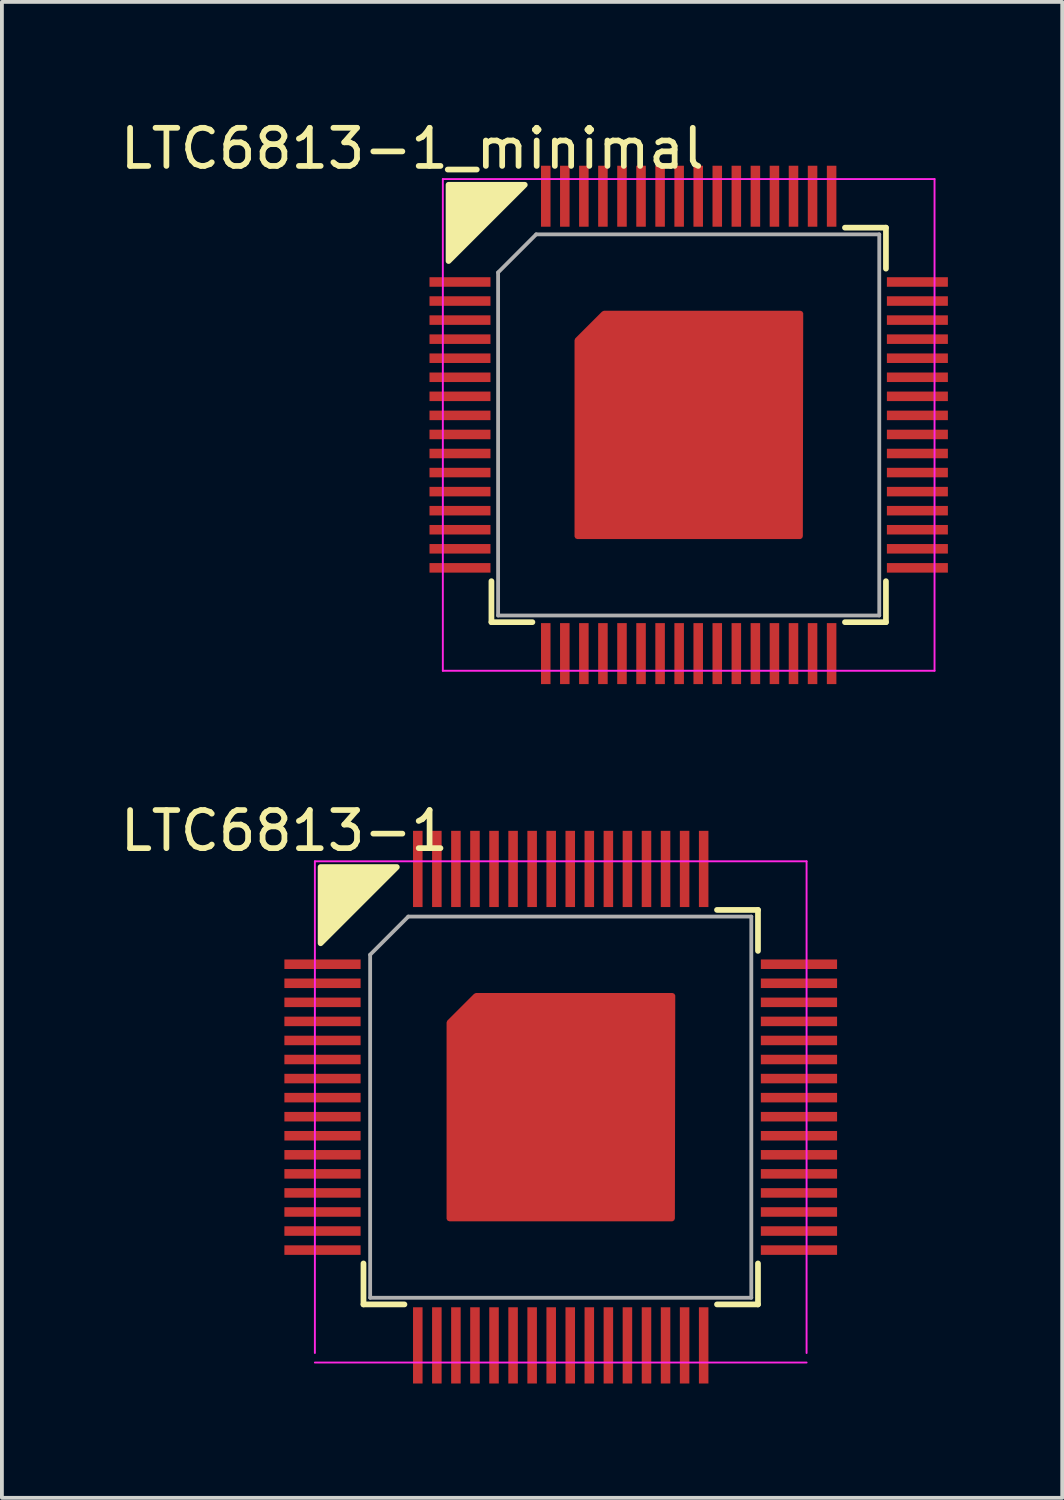
<source format=kicad_pcb>
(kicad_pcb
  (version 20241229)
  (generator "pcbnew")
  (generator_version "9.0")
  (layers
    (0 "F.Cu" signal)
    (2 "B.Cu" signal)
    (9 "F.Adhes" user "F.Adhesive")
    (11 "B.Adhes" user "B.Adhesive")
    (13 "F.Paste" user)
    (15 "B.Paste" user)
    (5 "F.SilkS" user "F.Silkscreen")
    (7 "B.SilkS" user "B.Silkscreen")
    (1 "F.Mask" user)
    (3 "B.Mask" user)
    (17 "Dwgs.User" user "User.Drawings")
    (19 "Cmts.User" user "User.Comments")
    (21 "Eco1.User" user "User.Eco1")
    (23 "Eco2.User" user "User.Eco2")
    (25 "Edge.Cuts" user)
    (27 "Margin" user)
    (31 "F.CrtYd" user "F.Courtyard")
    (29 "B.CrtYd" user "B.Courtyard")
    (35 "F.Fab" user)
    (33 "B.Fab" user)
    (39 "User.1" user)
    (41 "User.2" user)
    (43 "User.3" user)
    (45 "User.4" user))
  (footprint "LTC6813-1_minimal"
    (layer "F.Cu")
    (at 15.018 8.098)
    (property "Reference" "LTC6813-1_minimal" (at -7.25 -7.25 0) (layer "F.SilkS") (effects (font (size 1 1) (thickness 0.15))))
    (attr through_hole)
    (fp_line (start -5.175 5.175) (end -5.175 4.1) (stroke (width 0.15) (type solid)) (layer "F.SilkS"))
    (fp_line (start -5.175 5.175) (end -4.1 5.175) (stroke (width 0.15) (type solid)) (layer "F.SilkS"))
    (fp_line (start 5.175 -5.175) (end 4.1 -5.175) (stroke (width 0.15) (type solid)) (layer "F.SilkS"))
    (fp_line (start 5.175 -5.175) (end 5.175 -4.1) (stroke (width 0.15) (type solid)) (layer "F.SilkS"))
    (fp_line (start 5.175 5.175) (end 4.1 5.175) (stroke (width 0.15) (type solid)) (layer "F.SilkS"))
    (fp_line (start 5.175 5.175) (end 5.175 4.1) (stroke (width 0.15) (type solid)) (layer "F.SilkS"))
    (fp_poly (pts (xy -6.3 -6.3) (xy -4.3 -6.3) (xy -6.3 -4.3)) (stroke (width 0.15) (type solid)) (fill yes) (layer "F.SilkS"))
    (fp_line (start -6.45 -6.45) (end -6.45 6.45) (stroke (width 0.05) (type solid)) (layer "F.CrtYd"))
    (fp_line (start -6.45 -6.45) (end 6.45 -6.45) (stroke (width 0.05) (type solid)) (layer "F.CrtYd"))
    (fp_line (start -6.45 6.45) (end 6.45 6.45) (stroke (width 0.05) (type solid)) (layer "F.CrtYd"))
    (fp_line (start 6.45 -6.45) (end 6.45 6.45) (stroke (width 0.05) (type solid)) (layer "F.CrtYd"))
    (fp_line (start -5 -4) (end -5 5) (stroke (width 0.1) (type solid)) (layer "F.Fab"))
    (fp_line (start -5 5) (end 5 5) (stroke (width 0.1) (type solid)) (layer "F.Fab"))
    (fp_line (start -4 -5) (end -5 -4) (stroke (width 0.1) (type solid)) (layer "F.Fab"))
    (fp_line (start 5 -5) (end -4 -5) (stroke (width 0.1) (type solid)) (layer "F.Fab"))
    (fp_line (start 5 5) (end 5 -5) (stroke (width 0.1) (type solid)) (layer "F.Fab"))
    (pad "1" smd rect (at -6 -3.75 270) (size 0.25 1.6) (layers "F.Cu" "F.Mask" "F.Paste"))
    (pad "2" smd rect (at -6 -3.25 270) (size 0.25 1.6) (layers "F.Cu" "F.Mask" "F.Paste"))
    (pad "3" smd rect (at -6 -2.75 270) (size 0.25 1.6) (layers "F.Cu" "F.Mask" "F.Paste"))
    (pad "4" smd rect (at -6 -2.25 270) (size 0.25 1.6) (layers "F.Cu" "F.Mask" "F.Paste"))
    (pad "5" smd rect (at -6 -1.75 270) (size 0.25 1.6) (layers "F.Cu" "F.Mask" "F.Paste"))
    (pad "6" smd rect (at -6 -1.25 270) (size 0.25 1.6) (layers "F.Cu" "F.Mask" "F.Paste"))
    (pad "7" smd rect (at -6 -0.75 270) (size 0.25 1.6) (layers "F.Cu" "F.Mask" "F.Paste"))
    (pad "8" smd rect (at -6 -0.25 270) (size 0.25 1.6) (layers "F.Cu" "F.Mask" "F.Paste"))
    (pad "9" smd rect (at -6 0.25 270) (size 0.25 1.6) (layers "F.Cu" "F.Mask" "F.Paste"))
    (pad "10" smd rect (at -6 0.75 270) (size 0.25 1.6) (layers "F.Cu" "F.Mask" "F.Paste"))
    (pad "11" smd rect (at -6 1.25 270) (size 0.25 1.6) (layers "F.Cu" "F.Mask" "F.Paste"))
    (pad "12" smd rect (at -6 1.75 270) (size 0.25 1.6) (layers "F.Cu" "F.Mask" "F.Paste"))
    (pad "13" smd rect (at -6 2.25 270) (size 0.25 1.6) (layers "F.Cu" "F.Mask" "F.Paste"))
    (pad "14" smd rect (at -6 2.75 270) (size 0.25 1.6) (layers "F.Cu" "F.Mask" "F.Paste"))
    (pad "15" smd rect (at -6 3.25 270) (size 0.25 1.6) (layers "F.Cu" "F.Mask" "F.Paste"))
    (pad "16" smd rect (at -6 3.75 270) (size 0.25 1.6) (layers "F.Cu" "F.Mask" "F.Paste"))
    (pad "17" smd rect (at -3.75 6) (size 0.25 1.6) (layers "F.Cu" "F.Mask" "F.Paste"))
    (pad "18" smd rect (at -3.25 6) (size 0.25 1.6) (layers "F.Cu" "F.Mask" "F.Paste"))
    (pad "19" smd rect (at -2.75 6) (size 0.25 1.6) (layers "F.Cu" "F.Mask" "F.Paste"))
    (pad "20" smd rect (at -2.25 6) (size 0.25 1.6) (layers "F.Cu" "F.Mask" "F.Paste"))
    (pad "21" smd rect (at -1.75 6) (size 0.25 1.6) (layers "F.Cu" "F.Mask" "F.Paste"))
    (pad "22" smd rect (at -1.25 6) (size 0.25 1.6) (layers "F.Cu" "F.Mask" "F.Paste"))
    (pad "23" smd rect (at -0.75 6) (size 0.25 1.6) (layers "F.Cu" "F.Mask" "F.Paste"))
    (pad "24" smd rect (at -0.25 6) (size 0.25 1.6) (layers "F.Cu" "F.Mask" "F.Paste"))
    (pad "25" smd rect (at 0.25 6) (size 0.25 1.6) (layers "F.Cu" "F.Mask" "F.Paste"))
    (pad "26" smd rect (at 0.75 6) (size 0.25 1.6) (layers "F.Cu" "F.Mask" "F.Paste"))
    (pad "27" smd rect (at 1.25 6) (size 0.25 1.6) (layers "F.Cu" "F.Mask" "F.Paste"))
    (pad "28" smd rect (at 1.75 6) (size 0.25 1.6) (layers "F.Cu" "F.Mask" "F.Paste"))
    (pad "29" smd rect (at 2.25 6) (size 0.25 1.6) (layers "F.Cu" "F.Mask" "F.Paste"))
    (pad "30" smd rect (at 2.75 6) (size 0.25 1.6) (layers "F.Cu" "F.Mask" "F.Paste"))
    (pad "31" smd rect (at 3.25 6) (size 0.25 1.6) (layers "F.Cu" "F.Mask" "F.Paste"))
    (pad "32" smd rect (at 3.75 6) (size 0.25 1.6) (layers "F.Cu" "F.Mask" "F.Paste"))
    (pad "33" smd rect (at 6 3.75 270) (size 0.25 1.6) (layers "F.Cu" "F.Mask" "F.Paste"))
    (pad "34" smd rect (at 6 3.25 270) (size 0.25 1.6) (layers "F.Cu" "F.Mask" "F.Paste"))
    (pad "35" smd rect (at 6 2.75 270) (size 0.25 1.6) (layers "F.Cu" "F.Mask" "F.Paste"))
    (pad "36" smd rect (at 6 2.25 270) (size 0.25 1.6) (layers "F.Cu" "F.Mask" "F.Paste"))
    (pad "37" smd rect (at 6 1.75 270) (size 0.25 1.6) (layers "F.Cu" "F.Mask" "F.Paste"))
    (pad "38" smd rect (at 6 1.25 270) (size 0.25 1.6) (layers "F.Cu" "F.Mask" "F.Paste"))
    (pad "39" smd rect (at 6 0.75 270) (size 0.25 1.6) (layers "F.Cu" "F.Mask" "F.Paste"))
    (pad "40" smd rect (at 6 0.25 270) (size 0.25 1.6) (layers "F.Cu" "F.Mask" "F.Paste"))
    (pad "41" smd rect (at 6 -0.25 270) (size 0.25 1.6) (layers "F.Cu" "F.Mask" "F.Paste"))
    (pad "42" smd rect (at 6 -0.75 270) (size 0.25 1.6) (layers "F.Cu" "F.Mask" "F.Paste"))
    (pad "43" smd rect (at 6 -1.25 270) (size 0.25 1.6) (layers "F.Cu" "F.Mask" "F.Paste"))
    (pad "44" smd rect (at 6 -1.75 270) (size 0.25 1.6) (layers "F.Cu" "F.Mask" "F.Paste"))
    (pad "45" smd rect (at 6 -2.25 270) (size 0.25 1.6) (layers "F.Cu" "F.Mask" "F.Paste"))
    (pad "46" smd rect (at 6 -2.75 270) (size 0.25 1.6) (layers "F.Cu" "F.Mask" "F.Paste"))
    (pad "47" smd rect (at 6 -3.25 270) (size 0.25 1.6) (layers "F.Cu" "F.Mask" "F.Paste"))
    (pad "48" smd rect (at 6 -3.75 270) (size 0.25 1.6) (layers "F.Cu" "F.Mask" "F.Paste"))
    (pad "49" smd rect (at 3.75 -6) (size 0.25 1.6) (layers "F.Cu" "F.Mask" "F.Paste"))
    (pad "50" smd rect (at 3.25 -6) (size 0.25 1.6) (layers "F.Cu" "F.Mask" "F.Paste"))
    (pad "51" smd rect (at 2.75 -6) (size 0.25 1.6) (layers "F.Cu" "F.Mask" "F.Paste"))
    (pad "52" smd rect (at 2.25 -6) (size 0.25 1.6) (layers "F.Cu" "F.Mask" "F.Paste"))
    (pad "53" smd rect (at 1.75 -6) (size 0.25 1.6) (layers "F.Cu" "F.Mask" "F.Paste"))
    (pad "54" smd rect (at 1.25 -6) (size 0.25 1.6) (layers "F.Cu" "F.Mask" "F.Paste"))
    (pad "55" smd rect (at 0.75 -6) (size 0.25 1.6) (layers "F.Cu" "F.Mask" "F.Paste"))
    (pad "56" smd rect (at 0.25 -6) (size 0.25 1.6) (layers "F.Cu" "F.Mask" "F.Paste"))
    (pad "57" smd rect (at -0.25 -6) (size 0.25 1.6) (layers "F.Cu" "F.Mask" "F.Paste"))
    (pad "58" smd rect (at -0.75 -6) (size 0.25 1.6) (layers "F.Cu" "F.Mask" "F.Paste"))
    (pad "59" smd rect (at -1.25 -6) (size 0.25 1.6) (layers "F.Cu" "F.Mask" "F.Paste"))
    (pad "60" smd rect (at -1.75 -6) (size 0.25 1.6) (layers "F.Cu" "F.Mask" "F.Paste"))
    (pad "61" smd rect (at -2.25 -6) (size 0.25 1.6) (layers "F.Cu" "F.Mask" "F.Paste"))
    (pad "62" smd rect (at -2.75 -6) (size 0.25 1.6) (layers "F.Cu" "F.Mask" "F.Paste"))
    (pad "63" smd rect (at -3.25 -6) (size 0.25 1.6) (layers "F.Cu" "F.Mask" "F.Paste"))
    (pad "64" smd rect (at -3.75 -6) (size 0.25 1.6) (layers "F.Cu" "F.Mask" "F.Paste"))
    (pad "65" smd custom (at 0 0) (size 2 2) (layers "F.Cu" "F.Mask" "F.Paste") (options (anchor rect)) (primitives (gr_poly (pts (xy -2.22 -2.92) (xy -2.92 -2.22) (xy -2.92 2.92) (xy 2.92 2.92) (xy 2.93 -2.92)) (width 0.15) (fill yes)))))
  (footprint "LTC6813-1"
    (layer "F.Cu")
    (at 11.661 25.997)
    (property "Reference" "LTC6813-1" (at -7.25 -7.25 0) (layer "F.SilkS") (effects (font (size 1 1) (thickness 0.15))))
    (attr through_hole)
    (fp_line (start -5.175 5.175) (end -5.175 4.1) (stroke (width 0.15) (type solid)) (layer "F.SilkS"))
    (fp_line (start -5.175 5.175) (end -4.1 5.175) (stroke (width 0.15) (type solid)) (layer "F.SilkS"))
    (fp_line (start 5.175 -5.175) (end 4.1 -5.175) (stroke (width 0.15) (type solid)) (layer "F.SilkS"))
    (fp_line (start 5.175 -5.175) (end 5.175 -4.1) (stroke (width 0.15) (type solid)) (layer "F.SilkS"))
    (fp_line (start 5.175 5.175) (end 4.1 5.175) (stroke (width 0.15) (type solid)) (layer "F.SilkS"))
    (fp_line (start 5.175 5.175) (end 5.175 4.1) (stroke (width 0.15) (type solid)) (layer "F.SilkS"))
    (fp_poly (pts (xy -6.3 -6.3) (xy -4.3 -6.3) (xy -6.3 -4.3)) (stroke (width 0.15) (type solid)) (fill yes) (layer "F.SilkS"))
    (fp_line (start -6.45 -6.45) (end -6.45 6.45) (stroke (width 0.05) (type solid)) (layer "F.CrtYd"))
    (fp_line (start -6.45 -6.45) (end 6.45 -6.45) (stroke (width 0.05) (type solid)) (layer "F.CrtYd"))
    (fp_line (start -6.45 6.7) (end 6.45 6.7) (stroke (width 0.05) (type solid)) (layer "F.CrtYd"))
    (fp_line (start 6.45 -6.45) (end 6.45 6.45) (stroke (width 0.05) (type solid)) (layer "F.CrtYd"))
    (fp_line (start -5 -4) (end -5 5) (stroke (width 0.1) (type solid)) (layer "F.Fab"))
    (fp_line (start -5 5) (end 5 5) (stroke (width 0.1) (type solid)) (layer "F.Fab"))
    (fp_line (start -4 -5) (end -5 -4) (stroke (width 0.1) (type solid)) (layer "F.Fab"))
    (fp_line (start 5 -5) (end -4 -5) (stroke (width 0.1) (type solid)) (layer "F.Fab"))
    (fp_line (start 5 5) (end 5 -5) (stroke (width 0.1) (type solid)) (layer "F.Fab"))
    (pad "1" smd rect (at -6.25 -3.75 270) (size 0.25 2) (layers "F.Cu" "F.Mask" "F.Paste"))
    (pad "2" smd rect (at -6.25 -3.25 270) (size 0.25 2) (layers "F.Cu" "F.Mask" "F.Paste"))
    (pad "3" smd rect (at -6.25 -2.75 270) (size 0.25 2) (layers "F.Cu" "F.Mask" "F.Paste"))
    (pad "4" smd rect (at -6.25 -2.25 270) (size 0.25 2) (layers "F.Cu" "F.Mask" "F.Paste"))
    (pad "5" smd rect (at -6.25 -1.75 270) (size 0.25 2) (layers "F.Cu" "F.Mask" "F.Paste"))
    (pad "6" smd rect (at -6.25 -1.25 270) (size 0.25 2) (layers "F.Cu" "F.Mask" "F.Paste"))
    (pad "7" smd rect (at -6.25 -0.75 270) (size 0.25 2) (layers "F.Cu" "F.Mask" "F.Paste"))
    (pad "8" smd rect (at -6.25 -0.25 270) (size 0.25 2) (layers "F.Cu" "F.Mask" "F.Paste"))
    (pad "9" smd rect (at -6.25 0.25 270) (size 0.25 2) (layers "F.Cu" "F.Mask" "F.Paste"))
    (pad "10" smd rect (at -6.25 0.75 270) (size 0.25 2) (layers "F.Cu" "F.Mask" "F.Paste"))
    (pad "11" smd rect (at -6.25 1.25 270) (size 0.25 2) (layers "F.Cu" "F.Mask" "F.Paste"))
    (pad "12" smd rect (at -6.25 1.75 270) (size 0.25 2) (layers "F.Cu" "F.Mask" "F.Paste"))
    (pad "13" smd rect (at -6.25 2.25 270) (size 0.25 2) (layers "F.Cu" "F.Mask" "F.Paste"))
    (pad "14" smd rect (at -6.25 2.75 270) (size 0.25 2) (layers "F.Cu" "F.Mask" "F.Paste"))
    (pad "15" smd rect (at -6.25 3.25 270) (size 0.25 2) (layers "F.Cu" "F.Mask" "F.Paste"))
    (pad "16" smd rect (at -6.25 3.75 270) (size 0.25 2) (layers "F.Cu" "F.Mask" "F.Paste"))
    (pad "17" smd rect (at -3.75 6.25) (size 0.25 2) (layers "F.Cu" "F.Mask" "F.Paste"))
    (pad "18" smd rect (at -3.25 6.25) (size 0.25 2) (layers "F.Cu" "F.Mask" "F.Paste"))
    (pad "19" smd rect (at -2.75 6.25) (size 0.25 2) (layers "F.Cu" "F.Mask" "F.Paste"))
    (pad "20" smd rect (at -2.25 6.25) (size 0.25 2) (layers "F.Cu" "F.Mask" "F.Paste"))
    (pad "21" smd rect (at -1.75 6.25) (size 0.25 2) (layers "F.Cu" "F.Mask" "F.Paste"))
    (pad "22" smd rect (at -1.25 6.25) (size 0.25 2) (layers "F.Cu" "F.Mask" "F.Paste"))
    (pad "23" smd rect (at -0.75 6.25) (size 0.25 2) (layers "F.Cu" "F.Mask" "F.Paste"))
    (pad "24" smd rect (at -0.25 6.25) (size 0.25 2) (layers "F.Cu" "F.Mask" "F.Paste"))
    (pad "25" smd rect (at 0.25 6.25) (size 0.25 2) (layers "F.Cu" "F.Mask" "F.Paste"))
    (pad "26" smd rect (at 0.75 6.25) (size 0.25 2) (layers "F.Cu" "F.Mask" "F.Paste"))
    (pad "27" smd rect (at 1.25 6.25) (size 0.25 2) (layers "F.Cu" "F.Mask" "F.Paste"))
    (pad "28" smd rect (at 1.75 6.25) (size 0.25 2) (layers "F.Cu" "F.Mask" "F.Paste"))
    (pad "29" smd rect (at 2.25 6.25) (size 0.25 2) (layers "F.Cu" "F.Mask" "F.Paste"))
    (pad "30" smd rect (at 2.75 6.25) (size 0.25 2) (layers "F.Cu" "F.Mask" "F.Paste"))
    (pad "31" smd rect (at 3.25 6.25) (size 0.25 2) (layers "F.Cu" "F.Mask" "F.Paste"))
    (pad "32" smd rect (at 3.75 6.25) (size 0.25 2) (layers "F.Cu" "F.Mask" "F.Paste"))
    (pad "33" smd rect (at 6.25 3.75 270) (size 0.25 2) (layers "F.Cu" "F.Mask" "F.Paste"))
    (pad "34" smd rect (at 6.25 3.25 270) (size 0.25 2) (layers "F.Cu" "F.Mask" "F.Paste"))
    (pad "35" smd rect (at 6.25 2.75 270) (size 0.25 2) (layers "F.Cu" "F.Mask" "F.Paste"))
    (pad "36" smd rect (at 6.25 2.25 270) (size 0.25 2) (layers "F.Cu" "F.Mask" "F.Paste"))
    (pad "37" smd rect (at 6.25 1.75 270) (size 0.25 2) (layers "F.Cu" "F.Mask" "F.Paste"))
    (pad "38" smd rect (at 6.25 1.25 270) (size 0.25 2) (layers "F.Cu" "F.Mask" "F.Paste"))
    (pad "39" smd rect (at 6.25 0.75 270) (size 0.25 2) (layers "F.Cu" "F.Mask" "F.Paste"))
    (pad "40" smd rect (at 6.25 0.25 270) (size 0.25 2) (layers "F.Cu" "F.Mask" "F.Paste"))
    (pad "41" smd rect (at 6.25 -0.25 270) (size 0.25 2) (layers "F.Cu" "F.Mask" "F.Paste"))
    (pad "42" smd rect (at 6.25 -0.75 270) (size 0.25 2) (layers "F.Cu" "F.Mask" "F.Paste"))
    (pad "43" smd rect (at 6.25 -1.25 270) (size 0.25 2) (layers "F.Cu" "F.Mask" "F.Paste"))
    (pad "44" smd rect (at 6.25 -1.75 270) (size 0.25 2) (layers "F.Cu" "F.Mask" "F.Paste"))
    (pad "45" smd rect (at 6.25 -2.25 270) (size 0.25 2) (layers "F.Cu" "F.Mask" "F.Paste"))
    (pad "46" smd rect (at 6.25 -2.75 270) (size 0.25 2) (layers "F.Cu" "F.Mask" "F.Paste"))
    (pad "47" smd rect (at 6.25 -3.25 270) (size 0.25 2) (layers "F.Cu" "F.Mask" "F.Paste"))
    (pad "48" smd rect (at 6.25 -3.75 270) (size 0.25 2) (layers "F.Cu" "F.Mask" "F.Paste"))
    (pad "49" smd rect (at 3.75 -6.25) (size 0.25 2) (layers "F.Cu" "F.Mask" "F.Paste"))
    (pad "50" smd rect (at 3.25 -6.25) (size 0.25 2) (layers "F.Cu" "F.Mask" "F.Paste"))
    (pad "51" smd rect (at 2.75 -6.25) (size 0.25 2) (layers "F.Cu" "F.Mask" "F.Paste"))
    (pad "52" smd rect (at 2.25 -6.25) (size 0.25 2) (layers "F.Cu" "F.Mask" "F.Paste"))
    (pad "53" smd rect (at 1.75 -6.25) (size 0.25 2) (layers "F.Cu" "F.Mask" "F.Paste"))
    (pad "54" smd rect (at 1.25 -6.25) (size 0.25 2) (layers "F.Cu" "F.Mask" "F.Paste"))
    (pad "55" smd rect (at 0.75 -6.25) (size 0.25 2) (layers "F.Cu" "F.Mask" "F.Paste"))
    (pad "56" smd rect (at 0.25 -6.25) (size 0.25 2) (layers "F.Cu" "F.Mask" "F.Paste"))
    (pad "57" smd rect (at -0.25 -6.25) (size 0.25 2) (layers "F.Cu" "F.Mask" "F.Paste"))
    (pad "58" smd rect (at -0.75 -6.25) (size 0.25 2) (layers "F.Cu" "F.Mask" "F.Paste"))
    (pad "59" smd rect (at -1.25 -6.25) (size 0.25 2) (layers "F.Cu" "F.Mask" "F.Paste"))
    (pad "60" smd rect (at -1.75 -6.25) (size 0.25 2) (layers "F.Cu" "F.Mask" "F.Paste"))
    (pad "61" smd rect (at -2.25 -6.25) (size 0.25 2) (layers "F.Cu" "F.Mask" "F.Paste"))
    (pad "62" smd rect (at -2.75 -6.25) (size 0.25 2) (layers "F.Cu" "F.Mask" "F.Paste"))
    (pad "63" smd rect (at -3.25 -6.25) (size 0.25 2) (layers "F.Cu" "F.Mask" "F.Paste"))
    (pad "64" smd rect (at -3.75 -6.25) (size 0.25 2) (layers "F.Cu" "F.Mask" "F.Paste"))
    (pad "65" smd custom (at 0 0) (size 2 2) (layers "F.Cu" "F.Mask" "F.Paste") (options (anchor rect)) (primitives (gr_poly (pts (xy -2.22 -2.92) (xy -2.92 -2.22) (xy -2.92 2.92) (xy 2.92 2.92) (xy 2.93 -2.92)) (width 0.15) (fill yes)))))
  (gr_rect
    (start -3 -3)
    (end 24.818 36.246)
    (stroke (width 0.1) (type default))
    (fill no)
    (layer "Edge.Cuts")))
</source>
